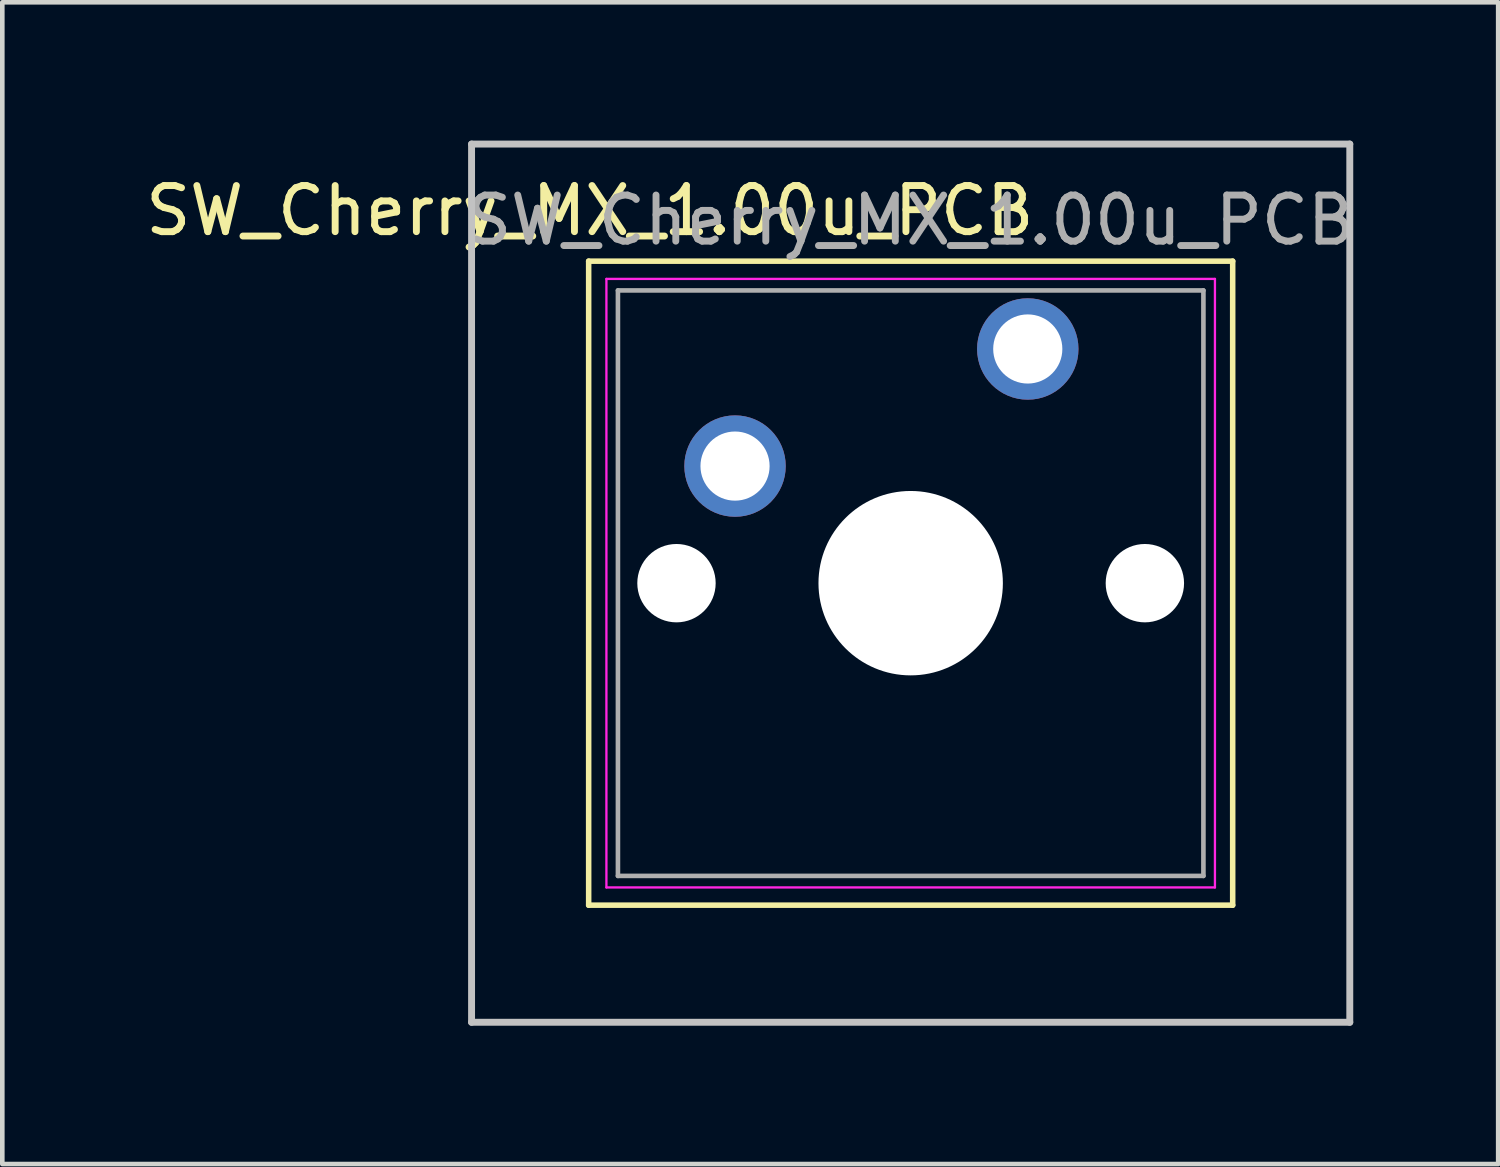
<source format=kicad_pcb>
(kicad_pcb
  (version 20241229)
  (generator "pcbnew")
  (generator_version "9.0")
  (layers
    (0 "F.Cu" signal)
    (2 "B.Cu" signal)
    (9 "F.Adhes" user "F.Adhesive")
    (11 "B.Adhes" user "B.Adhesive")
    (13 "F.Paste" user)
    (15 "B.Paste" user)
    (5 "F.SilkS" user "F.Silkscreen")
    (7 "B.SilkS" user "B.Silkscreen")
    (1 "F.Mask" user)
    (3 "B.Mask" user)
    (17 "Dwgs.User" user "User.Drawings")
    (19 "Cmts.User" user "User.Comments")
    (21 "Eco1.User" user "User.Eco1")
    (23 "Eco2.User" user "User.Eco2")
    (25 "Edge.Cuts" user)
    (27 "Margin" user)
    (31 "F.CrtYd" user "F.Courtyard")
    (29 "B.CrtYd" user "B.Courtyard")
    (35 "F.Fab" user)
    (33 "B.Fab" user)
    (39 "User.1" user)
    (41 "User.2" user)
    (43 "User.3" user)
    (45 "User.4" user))
  (footprint "SW_Cherry_MX_1.00u_PCB"
    (layer "F.Cu")
    (at 19.244 4.52)
    (property "Reference" "SW_Cherry_MX_1.00u_PCB" (at -9.5 -3 0) (layer "F.SilkS") (effects (font (size 1 1) (thickness 0.15))))
    (attr through_hole)
    (fp_line (start -9.525 -1.905) (end 4.445 -1.905) (stroke (width 0.12) (type solid)) (layer "F.SilkS"))
    (fp_line (start -9.525 12.065) (end -9.525 -1.905) (stroke (width 0.12) (type solid)) (layer "F.SilkS"))
    (fp_line (start 4.445 -1.905) (end 4.445 12.065) (stroke (width 0.12) (type solid)) (layer "F.SilkS"))
    (fp_line (start 4.445 12.065) (end -9.525 12.065) (stroke (width 0.12) (type solid)) (layer "F.SilkS"))
    (fp_line (start -12.065 -4.445) (end 6.985 -4.445) (stroke (width 0.15) (type solid)) (layer "Dwgs.User"))
    (fp_line (start -12.065 14.605) (end -12.065 -4.445) (stroke (width 0.15) (type solid)) (layer "Dwgs.User"))
    (fp_line (start 6.985 -4.445) (end 6.985 14.605) (stroke (width 0.15) (type solid)) (layer "Dwgs.User"))
    (fp_line (start 6.985 14.605) (end -12.065 14.605) (stroke (width 0.15) (type solid)) (layer "Dwgs.User"))
    (fp_line (start -9.14 -1.52) (end 4.06 -1.52) (stroke (width 0.05) (type solid)) (layer "F.CrtYd"))
    (fp_line (start -9.14 11.68) (end -9.14 -1.52) (stroke (width 0.05) (type solid)) (layer "F.CrtYd"))
    (fp_line (start 4.06 -1.52) (end 4.06 11.68) (stroke (width 0.05) (type solid)) (layer "F.CrtYd"))
    (fp_line (start 4.06 11.68) (end -9.14 11.68) (stroke (width 0.05) (type solid)) (layer "F.CrtYd"))
    (fp_line (start -8.89 -1.27) (end 3.81 -1.27) (stroke (width 0.1) (type solid)) (layer "F.Fab"))
    (fp_line (start -8.89 11.43) (end -8.89 -1.27) (stroke (width 0.1) (type solid)) (layer "F.Fab"))
    (fp_line (start 3.81 -1.27) (end 3.81 11.43) (stroke (width 0.1) (type solid)) (layer "F.Fab"))
    (fp_line (start 3.81 11.43) (end -8.89 11.43) (stroke (width 0.1) (type solid)) (layer "F.Fab"))
    (fp_text user "${REFERENCE}" (at -2.54 -2.794 0) (layer "F.Fab") (effects (font (size 1 1) (thickness 0.15))))
    (pad "" np_thru_hole circle (at -7.62 5.08) (size 1.7 1.7) (drill 1.7) (layers "*.Cu" "*.Mask"))
    (pad "" np_thru_hole circle (at -2.54 5.08) (size 4 4) (drill 4) (layers "*.Cu" "*.Mask"))
    (pad "" np_thru_hole circle (at 2.54 5.08) (size 1.7 1.7) (drill 1.7) (layers "*.Cu" "*.Mask"))
    (pad "1" thru_hole circle (at 0 0) (size 2.2 2.2) (drill 1.5) (layers "*.Cu" "*.Mask"))
    (pad "2" thru_hole circle (at -6.35 2.54) (size 2.2 2.2) (drill 1.5) (layers "*.Cu" "*.Mask")))
  (gr_rect
    (start -3 -3)
    (end 29.448 22.2)
    (stroke (width 0.1) (type default))
    (fill no)
    (layer "Edge.Cuts")))
</source>
